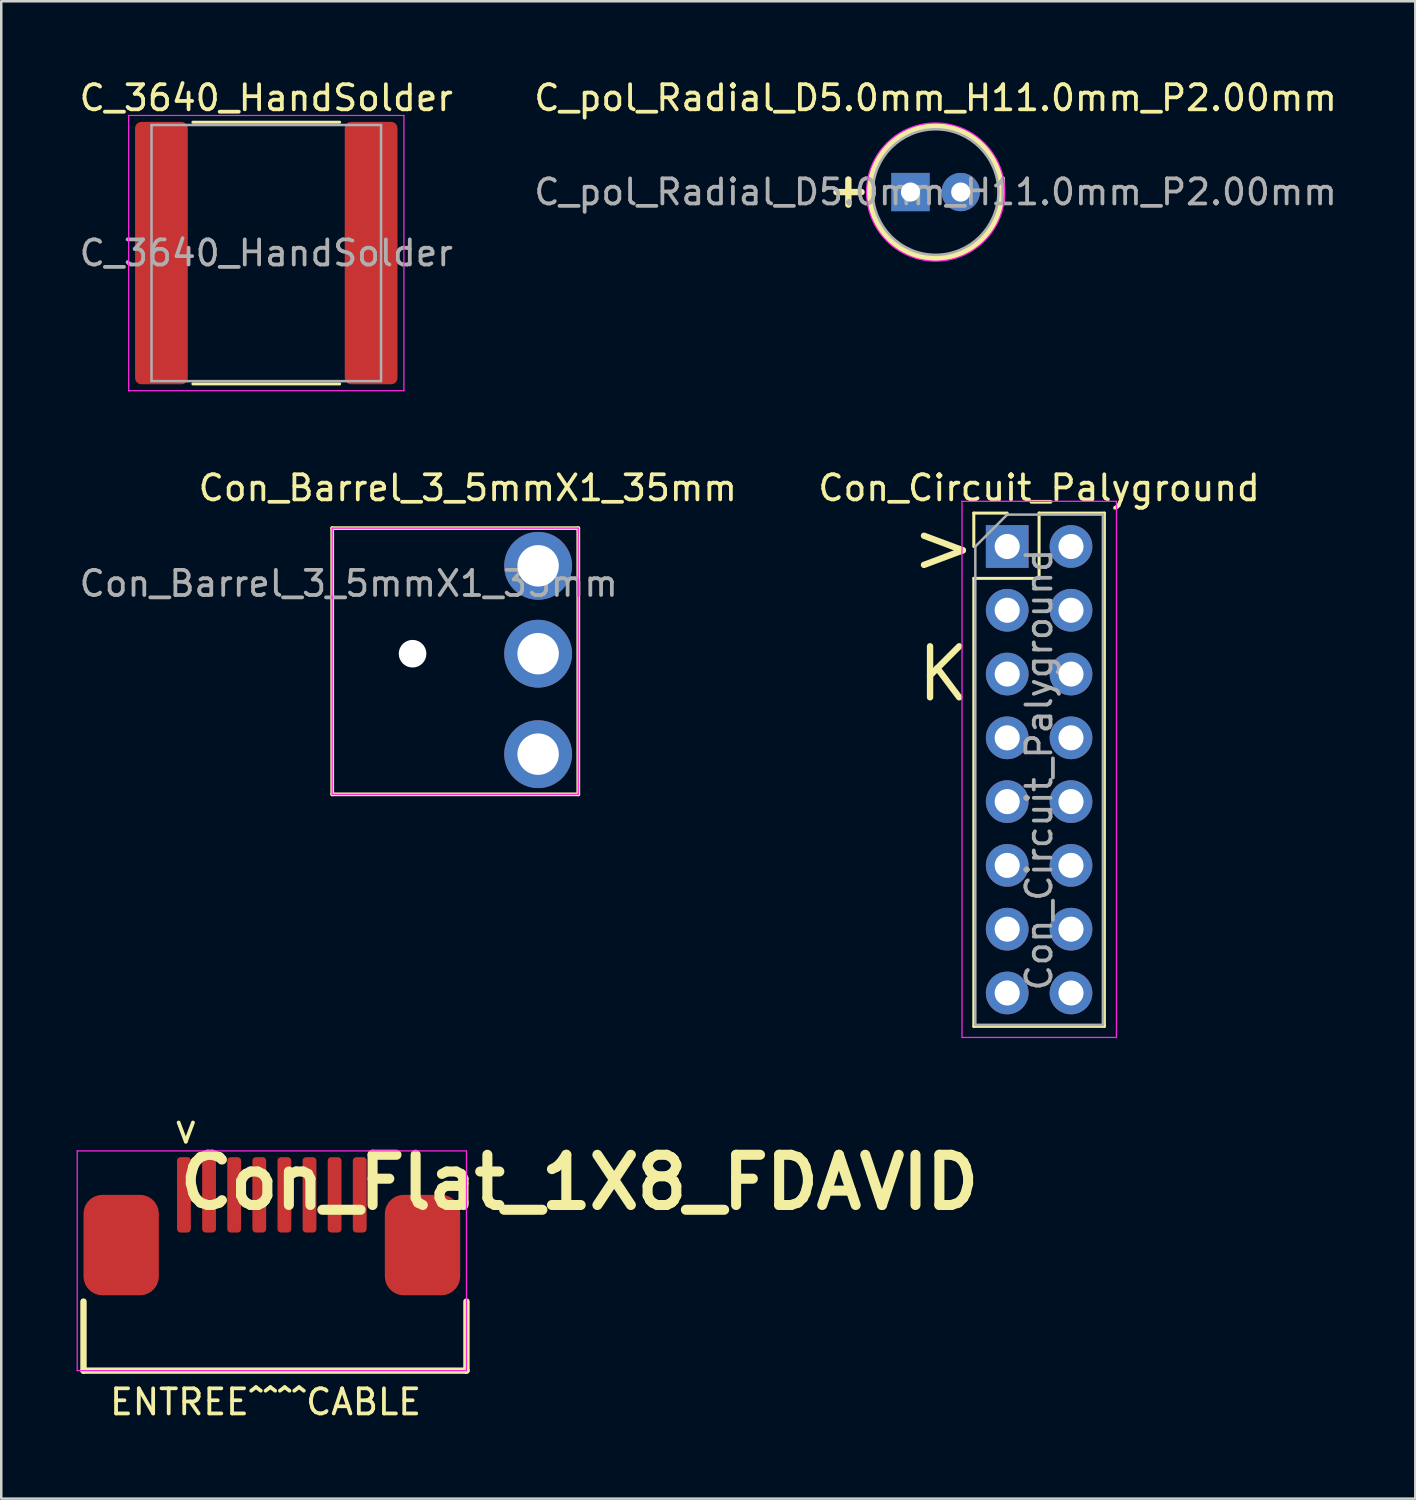
<source format=kicad_pcb>
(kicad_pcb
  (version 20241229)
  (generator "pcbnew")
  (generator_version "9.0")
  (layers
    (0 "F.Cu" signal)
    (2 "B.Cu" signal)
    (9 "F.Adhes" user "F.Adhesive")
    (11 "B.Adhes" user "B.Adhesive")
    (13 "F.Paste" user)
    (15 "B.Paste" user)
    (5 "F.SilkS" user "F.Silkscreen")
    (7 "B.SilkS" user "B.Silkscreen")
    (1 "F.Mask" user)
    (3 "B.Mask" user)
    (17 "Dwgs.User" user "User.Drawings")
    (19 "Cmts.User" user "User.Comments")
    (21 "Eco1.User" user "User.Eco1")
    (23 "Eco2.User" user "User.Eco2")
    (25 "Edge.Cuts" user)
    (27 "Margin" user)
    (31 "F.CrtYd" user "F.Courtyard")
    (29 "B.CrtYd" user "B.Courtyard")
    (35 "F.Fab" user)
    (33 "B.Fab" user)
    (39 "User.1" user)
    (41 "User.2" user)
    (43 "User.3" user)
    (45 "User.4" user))
  (footprint "Con_Flat_1X8_FDAVID"
    (layer "F.Cu")
    (at 7.775 44.531)
    (property "Reference" "Con_Flat_1X8_FDAVID" (at 12.25 -0.5 0) (unlocked yes) (layer "F.SilkS") (effects (font (size 2 2) (thickness 0.4))))
    (attr smd)
    (fp_line (start -7.5 4.25) (end -7.5 7) (stroke (width 0.254) (type solid)) (layer "F.SilkS"))
    (fp_line (start -7.5 7) (end 7.75 7) (stroke (width 0.254) (type solid)) (layer "F.SilkS"))
    (fp_line (start 7.75 7) (end 7.75 4.25) (stroke (width 0.254) (type solid)) (layer "F.SilkS"))
    (fp_line (start -7.75 -1.75) (end -7.75 7) (stroke (width 0.05) (type solid)) (layer "F.CrtYd"))
    (fp_line (start -7.75 7) (end 7.75 7) (stroke (width 0.05) (type solid)) (layer "F.CrtYd"))
    (fp_line (start 7.75 -1.75) (end -7.75 -1.75) (stroke (width 0.05) (type solid)) (layer "F.CrtYd"))
    (fp_line (start 7.75 7) (end 7.75 -1.75) (stroke (width 0.05) (type solid)) (layer "F.CrtYd"))
    (fp_text user "ENTREE^^^^CABLE" (at -0.25 8.25 0) (unlocked yes) (layer "F.SilkS") (effects (font (size 1 1) (thickness 0.15))))
    (fp_text user "<" (at -3.5 -2.5 90) (unlocked yes) (layer "F.SilkS") (effects (font (size 1 1) (thickness 0.15))))
    (pad "1" smd roundrect (at -3.5 0) (size 0.55 3) (layers "F.Cu" "F.Mask" "F.Paste") (roundrect_rratio 0.25))
    (pad "2" smd roundrect (at -2.5 0) (size 0.55 3) (layers "F.Cu" "F.Mask" "F.Paste") (roundrect_rratio 0.25))
    (pad "3" smd roundrect (at -1.5 0) (size 0.55 3) (layers "F.Cu" "F.Mask" "F.Paste") (roundrect_rratio 0.25))
    (pad "4" smd roundrect (at -0.5 0) (size 0.55 3) (layers "F.Cu" "F.Mask" "F.Paste") (roundrect_rratio 0.25))
    (pad "5" smd roundrect (at 0.5 0) (size 0.55 3) (layers "F.Cu" "F.Mask" "F.Paste") (roundrect_rratio 0.25))
    (pad "6" smd roundrect (at 1.5 0) (size 0.55 3) (layers "F.Cu" "F.Mask" "F.Paste") (roundrect_rratio 0.25))
    (pad "7" smd roundrect (at 2.5 0) (size 0.55 3) (layers "F.Cu" "F.Mask" "F.Paste") (roundrect_rratio 0.25))
    (pad "8" smd roundrect (at 3.5 0) (size 0.55 3) (layers "F.Cu" "F.Mask" "F.Paste") (roundrect_rratio 0.25))
    (pad "9" smd roundrect (at -6 2) (size 3 4) (layers "F.Cu" "F.Mask" "F.Paste") (roundrect_rratio 0.25))
    (pad "10" smd roundrect (at 6 2) (size 3 4) (layers "F.Cu" "F.Mask" "F.Paste") (roundrect_rratio 0.25)))
  (footprint "Con_Barrel_3_5mmX1_35mm"
    (layer "F.Cu")
    (at 13.379 22.982)
    (property "Reference" "Con_Barrel_3_5mmX1_35mm" (at 2.2 -6.6 0) (layer "F.SilkS") (effects (font (size 1 1) (thickness 0.15))))
    (attr through_hole)
    (fp_line (start -3.2 -5) (end -3.2 5.6) (stroke (width 0.15) (type solid)) (layer "F.SilkS"))
    (fp_line (start -3.2 5.6) (end 6.6 5.6) (stroke (width 0.15) (type solid)) (layer "F.SilkS"))
    (fp_line (start 6.6 -5) (end -3.2 -5) (stroke (width 0.15) (type solid)) (layer "F.SilkS"))
    (fp_line (start 6.6 5.6) (end 6.6 -5) (stroke (width 0.15) (type solid)) (layer "F.SilkS"))
    (fp_line (start -3.2 -5) (end -3.2 5.6) (stroke (width 0.05) (type solid)) (layer "F.CrtYd"))
    (fp_line (start -3.2 5.6) (end 6.6 5.6) (stroke (width 0.05) (type solid)) (layer "F.CrtYd"))
    (fp_line (start 6.6 -5) (end -3.2 -5) (stroke (width 0.05) (type solid)) (layer "F.CrtYd"))
    (fp_line (start 6.6 5.6) (end 6.6 -5) (stroke (width 0.05) (type solid)) (layer "F.CrtYd"))
    (fp_text user "${REFERENCE}" (at -2.54 -2.794 0) (layer "F.Fab") (effects (font (size 1 1) (thickness 0.15))))
    (fp_text user "^^ENTREE^^" (at -4.2 0.4 270) (unlocked yes) (layer "User.1") (effects (font (size 1 1) (thickness 0.15))))
    (fp_text user "DU CONNECTEUR" (at -5.8 0.2 270) (unlocked yes) (layer "User.1") (effects (font (size 1 1) (thickness 0.15))))
    (pad "" np_thru_hole circle (at 0 0) (size 1.1 1.1) (drill 1.1) (layers "*.Cu" "*.Mask"))
    (pad "1" thru_hole circle (at 5 4) (size 2.7 2.7) (drill 1.65) (layers "*.Cu" "*.Mask"))
    (pad "2" thru_hole circle (at 5 -3.5) (size 2.7 2.7) (drill 1.65) (layers "*.Cu" "*.Mask"))
    (pad "3" thru_hole circle (at 5 0) (size 2.7 2.7) (drill 1.65) (layers "*.Cu" "*.Mask")))
  (footprint "C_3640_HandSolder"
    (layer "F.Cu")
    (at 7.554 7.028)
    (property "Reference" "C_3640_HandSolder" (at 0 -6.18 0) (layer "F.SilkS") (effects (font (size 1 1) (thickness 0.15))))
    (attr smd)
    (fp_line (start -2.922 -5.21) (end 2.922 -5.21) (stroke (width 0.12) (type solid)) (layer "F.SilkS"))
    (fp_line (start -2.922 5.21) (end 2.922 5.21) (stroke (width 0.12) (type solid)) (layer "F.SilkS"))
    (fp_line (start -5.48 -5.48) (end 5.48 -5.48) (stroke (width 0.05) (type solid)) (layer "F.CrtYd"))
    (fp_line (start -5.48 5.48) (end -5.48 -5.48) (stroke (width 0.05) (type solid)) (layer "F.CrtYd"))
    (fp_line (start 5.48 -5.48) (end 5.48 5.48) (stroke (width 0.05) (type solid)) (layer "F.CrtYd"))
    (fp_line (start 5.48 5.48) (end -5.48 5.48) (stroke (width 0.05) (type solid)) (layer "F.CrtYd"))
    (fp_line (start -4.57 -5.1) (end 4.57 -5.1) (stroke (width 0.1) (type solid)) (layer "F.Fab"))
    (fp_line (start -4.57 5.1) (end -4.57 -5.1) (stroke (width 0.1) (type solid)) (layer "F.Fab"))
    (fp_line (start 4.57 -5.1) (end 4.57 5.1) (stroke (width 0.1) (type solid)) (layer "F.Fab"))
    (fp_line (start 4.57 5.1) (end -4.57 5.1) (stroke (width 0.1) (type solid)) (layer "F.Fab"))
    (fp_text user "${REFERENCE}" (at 0 0 0) (layer "F.Fab") (effects (font (size 1 1) (thickness 0.15))))
    (pad "1" smd roundrect (at -4.175 0) (size 2.1 10.45) (layers "F.Cu" "F.Mask" "F.Paste") (roundrect_rratio 0.119))
    (pad "2" smd roundrect (at 4.175 0) (size 2.1 10.45) (layers "F.Cu" "F.Mask" "F.Paste") (roundrect_rratio 0.119)))
  (footprint "Con_Circuit_Palyground"
    (layer "F.Cu")
    (at 37.059 18.712)
    (property "Reference" "Con_Circuit_Palyground" (at 1.27 -2.33 0) (layer "F.SilkS") (effects (font (size 1 1) (thickness 0.15))))
    (attr through_hole)
    (fp_line (start -1.33 -1.33) (end 0 -1.33) (stroke (width 0.12) (type solid)) (layer "F.SilkS"))
    (fp_line (start -1.33 0) (end -1.33 -1.33) (stroke (width 0.12) (type solid)) (layer "F.SilkS"))
    (fp_line (start -1.33 1.27) (end -1.33 19.11) (stroke (width 0.12) (type solid)) (layer "F.SilkS"))
    (fp_line (start -1.33 1.27) (end 1.27 1.27) (stroke (width 0.12) (type solid)) (layer "F.SilkS"))
    (fp_line (start -1.33 19.11) (end 3.87 19.11) (stroke (width 0.12) (type solid)) (layer "F.SilkS"))
    (fp_line (start 1.27 -1.33) (end 3.87 -1.33) (stroke (width 0.12) (type solid)) (layer "F.SilkS"))
    (fp_line (start 1.27 1.27) (end 1.27 -1.33) (stroke (width 0.12) (type solid)) (layer "F.SilkS"))
    (fp_line (start 3.87 -1.33) (end 3.87 19.11) (stroke (width 0.12) (type solid)) (layer "F.SilkS"))
    (fp_line (start -1.8 -1.8) (end -1.8 19.55) (stroke (width 0.05) (type solid)) (layer "F.CrtYd"))
    (fp_line (start -1.8 19.55) (end 4.35 19.55) (stroke (width 0.05) (type solid)) (layer "F.CrtYd"))
    (fp_line (start 4.35 -1.8) (end -1.8 -1.8) (stroke (width 0.05) (type solid)) (layer "F.CrtYd"))
    (fp_line (start 4.35 19.55) (end 4.35 -1.8) (stroke (width 0.05) (type solid)) (layer "F.CrtYd"))
    (fp_line (start -1.27 0) (end 0 -1.27) (stroke (width 0.1) (type solid)) (layer "F.Fab"))
    (fp_line (start -1.27 19.05) (end -1.27 0) (stroke (width 0.1) (type solid)) (layer "F.Fab"))
    (fp_line (start 0 -1.27) (end 3.81 -1.27) (stroke (width 0.1) (type solid)) (layer "F.Fab"))
    (fp_line (start 3.81 -1.27) (end 3.81 19.05) (stroke (width 0.1) (type solid)) (layer "F.Fab"))
    (fp_line (start 3.81 19.05) (end -1.27 19.05) (stroke (width 0.1) (type solid)) (layer "F.Fab"))
    (fp_text user ">" (at -2.54 0 0) (unlocked yes) (layer "F.SilkS") (effects (font (size 2.032 2.032) (thickness 0.254))))
    (fp_text user "K" (at -2.54 5.08 0) (unlocked yes) (layer "F.SilkS") (effects (font (size 2.032 2.032) (thickness 0.254))))
    (fp_text user "${REFERENCE}" (at 1.27 8.89 90) (layer "F.Fab") (effects (font (size 1 1) (thickness 0.15))))
    (pad "1" thru_hole rect (at 0 0) (size 1.7 1.7) (drill 1) (layers "*.Cu" "*.Mask"))
    (pad "2" thru_hole oval (at 2.54 0) (size 1.7 1.7) (drill 1) (layers "*.Cu" "*.Mask"))
    (pad "3" thru_hole oval (at 0 2.54) (size 1.7 1.7) (drill 1) (layers "*.Cu" "*.Mask"))
    (pad "4" thru_hole oval (at 2.54 2.54) (size 1.7 1.7) (drill 1) (layers "*.Cu" "*.Mask"))
    (pad "5" thru_hole oval (at 0 5.08) (size 1.7 1.7) (drill 1) (layers "*.Cu" "*.Mask"))
    (pad "6" thru_hole oval (at 2.54 5.08) (size 1.7 1.7) (drill 1) (layers "*.Cu" "*.Mask"))
    (pad "7" thru_hole oval (at 0 7.62) (size 1.7 1.7) (drill 1) (layers "*.Cu" "*.Mask"))
    (pad "8" thru_hole oval (at 2.54 7.62) (size 1.7 1.7) (drill 1) (layers "*.Cu" "*.Mask"))
    (pad "9" thru_hole oval (at 0 10.16) (size 1.7 1.7) (drill 1) (layers "*.Cu" "*.Mask"))
    (pad "10" thru_hole oval (at 2.54 10.16) (size 1.7 1.7) (drill 1) (layers "*.Cu" "*.Mask"))
    (pad "11" thru_hole oval (at 0 12.7) (size 1.7 1.7) (drill 1) (layers "*.Cu" "*.Mask"))
    (pad "12" thru_hole oval (at 2.54 12.7) (size 1.7 1.7) (drill 1) (layers "*.Cu" "*.Mask"))
    (pad "13" thru_hole oval (at 0 15.24) (size 1.7 1.7) (drill 1) (layers "*.Cu" "*.Mask"))
    (pad "14" thru_hole oval (at 2.54 15.24) (size 1.7 1.7) (drill 1) (layers "*.Cu" "*.Mask"))
    (pad "15" thru_hole oval (at 0 17.78) (size 1.7 1.7) (drill 1) (layers "*.Cu" "*.Mask"))
    (pad "16" thru_hole oval (at 2.54 17.78) (size 1.7 1.7) (drill 1) (layers "*.Cu" "*.Mask")))
  (footprint "C_pol_Radial_D5.0mm_H11.0mm_P2.00mm"
    (layer "F.Cu")
    (at 33.208 4.598)
    (property "Reference" "C_pol_Radial_D5.0mm_H11.0mm_P2.00mm" (at 1 -3.75 0) (layer "F.SilkS") (effects (font (size 1 1) (thickness 0.15))))
    (attr through_hole)
    (fp_line (start -2.475 -0.5) (end -2.475 0.5) (stroke (width 0.254) (type solid)) (layer "F.SilkS"))
    (fp_line (start -1.95 0) (end -2.95 0) (stroke (width 0.254) (type solid)) (layer "F.SilkS"))
    (fp_circle (center 1 0) (end 3.62 0) (stroke (width 0.254) (type solid)) (fill no) (layer "F.SilkS"))
    (fp_circle (center 1 0) (end 3.75 0) (stroke (width 0.05) (type solid)) (fill no) (layer "F.CrtYd"))
    (fp_circle (center 1 0) (end 3.5 0) (stroke (width 0.1) (type solid)) (fill no) (layer "F.Fab"))
    (fp_text user "${REFERENCE}" (at 1 0 0) (layer "F.Fab") (effects (font (size 1 1) (thickness 0.15))))
    (pad "1" thru_hole rect (at 0 0) (size 1.524 1.524) (drill 0.762) (layers "*.Cu" "*.Mask"))
    (pad "2" thru_hole circle (at 2 0) (size 1.524 1.524) (drill 0.762) (layers "*.Cu" "*.Mask")))
  (gr_rect
    (start -3 -3)
    (end 53.31 56.629)
    (stroke (width 0.1) (type default))
    (fill no)
    (layer "Edge.Cuts")))
</source>
